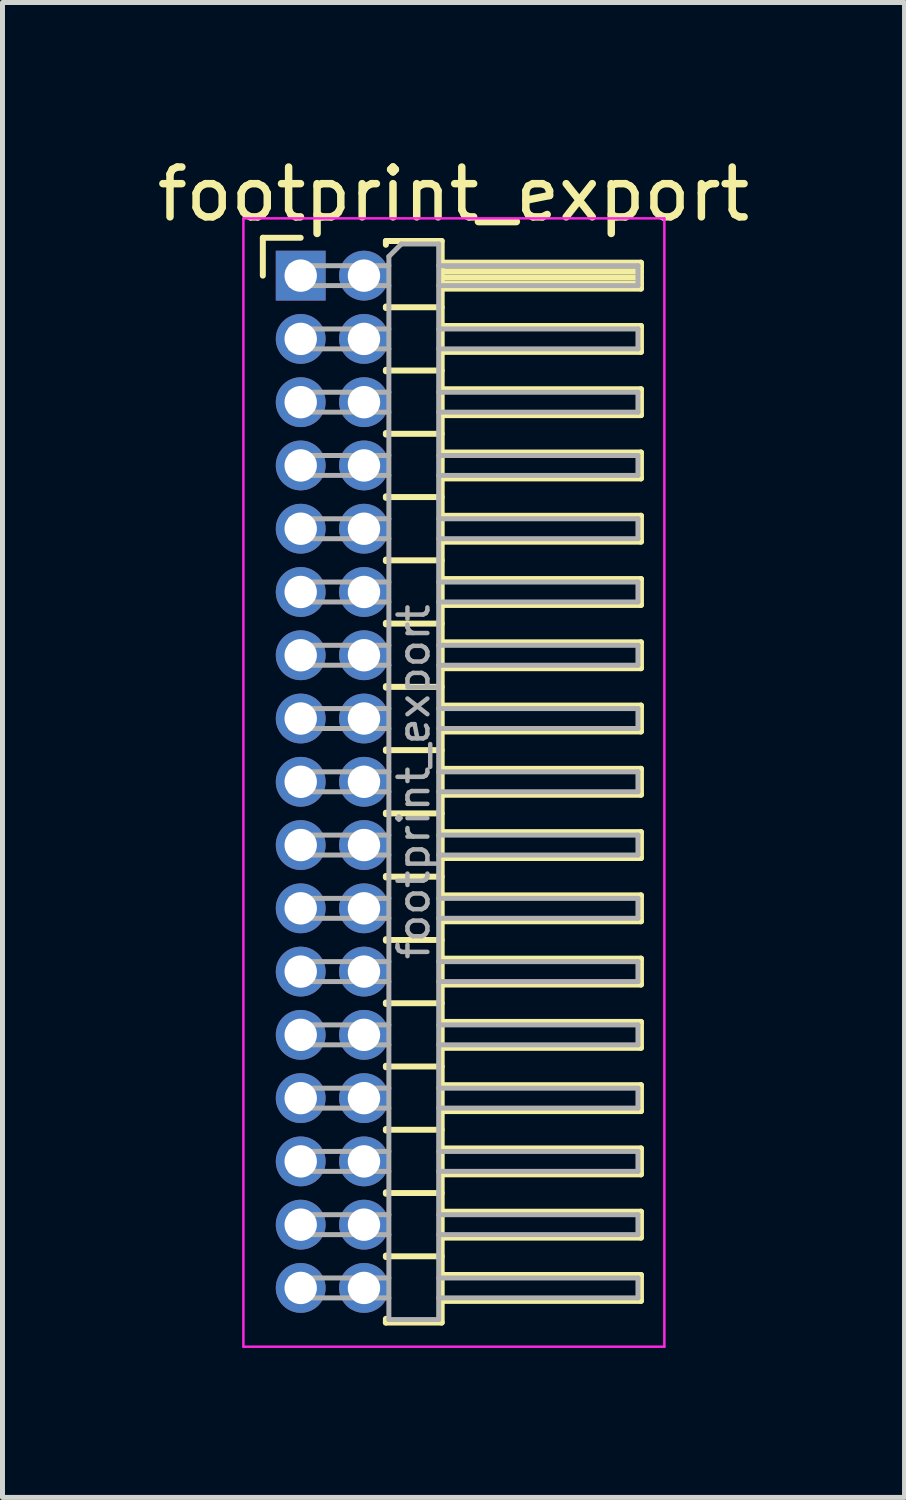
<source format=kicad_pcb>
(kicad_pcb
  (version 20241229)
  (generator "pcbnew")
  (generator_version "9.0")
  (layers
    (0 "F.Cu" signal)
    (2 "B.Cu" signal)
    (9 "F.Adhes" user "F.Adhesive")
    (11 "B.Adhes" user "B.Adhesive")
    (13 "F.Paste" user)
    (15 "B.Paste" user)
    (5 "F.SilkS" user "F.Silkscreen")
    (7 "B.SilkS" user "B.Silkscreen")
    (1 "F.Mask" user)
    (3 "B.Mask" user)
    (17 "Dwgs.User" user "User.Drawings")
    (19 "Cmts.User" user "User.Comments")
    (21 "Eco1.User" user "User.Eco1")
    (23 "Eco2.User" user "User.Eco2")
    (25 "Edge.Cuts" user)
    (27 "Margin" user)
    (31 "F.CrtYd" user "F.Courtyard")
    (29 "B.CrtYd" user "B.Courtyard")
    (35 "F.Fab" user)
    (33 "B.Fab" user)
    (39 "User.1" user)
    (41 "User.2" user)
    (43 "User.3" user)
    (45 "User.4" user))
  (footprint "footprint_export"
    (layer "F.Cu")
    (at 2.986 2.483)
    (property "Reference" "footprint_export" (at 3.067 -1.635 0) (layer "F.SilkS") (effects (font (size 1 1) (thickness 0.15))))
    (attr through_hole)
    (fp_line (start -0.76 -0.76) (end 0 -0.76) (stroke (width 0.12) (type solid)) (layer "F.SilkS"))
    (fp_line (start -0.76 0) (end -0.76 -0.76) (stroke (width 0.12) (type solid)) (layer "F.SilkS"))
    (fp_line (start 1.71 -0.695) (end 2.83 -0.695) (stroke (width 0.12) (type solid)) (layer "F.SilkS"))
    (fp_line (start 1.71 -0.62) (end 1.71 -0.695) (stroke (width 0.12) (type solid)) (layer "F.SilkS"))
    (fp_line (start 1.71 0.62) (end 1.71 0.65) (stroke (width 0.12) (type solid)) (layer "F.SilkS"))
    (fp_line (start 1.71 0.635) (end 2.83 0.635) (stroke (width 0.12) (type solid)) (layer "F.SilkS"))
    (fp_line (start 1.71 1.89) (end 1.71 1.92) (stroke (width 0.12) (type solid)) (layer "F.SilkS"))
    (fp_line (start 1.71 1.905) (end 2.83 1.905) (stroke (width 0.12) (type solid)) (layer "F.SilkS"))
    (fp_line (start 1.71 3.16) (end 1.71 3.19) (stroke (width 0.12) (type solid)) (layer "F.SilkS"))
    (fp_line (start 1.71 3.175) (end 2.83 3.175) (stroke (width 0.12) (type solid)) (layer "F.SilkS"))
    (fp_line (start 1.71 4.43) (end 1.71 4.46) (stroke (width 0.12) (type solid)) (layer "F.SilkS"))
    (fp_line (start 1.71 4.445) (end 2.83 4.445) (stroke (width 0.12) (type solid)) (layer "F.SilkS"))
    (fp_line (start 1.71 5.7) (end 1.71 5.73) (stroke (width 0.12) (type solid)) (layer "F.SilkS"))
    (fp_line (start 1.71 5.715) (end 2.83 5.715) (stroke (width 0.12) (type solid)) (layer "F.SilkS"))
    (fp_line (start 1.71 6.97) (end 1.71 7) (stroke (width 0.12) (type solid)) (layer "F.SilkS"))
    (fp_line (start 1.71 6.985) (end 2.83 6.985) (stroke (width 0.12) (type solid)) (layer "F.SilkS"))
    (fp_line (start 1.71 8.24) (end 1.71 8.27) (stroke (width 0.12) (type solid)) (layer "F.SilkS"))
    (fp_line (start 1.71 8.255) (end 2.83 8.255) (stroke (width 0.12) (type solid)) (layer "F.SilkS"))
    (fp_line (start 1.71 9.51) (end 1.71 9.54) (stroke (width 0.12) (type solid)) (layer "F.SilkS"))
    (fp_line (start 1.71 9.525) (end 2.83 9.525) (stroke (width 0.12) (type solid)) (layer "F.SilkS"))
    (fp_line (start 1.71 10.78) (end 1.71 10.81) (stroke (width 0.12) (type solid)) (layer "F.SilkS"))
    (fp_line (start 1.71 10.795) (end 2.83 10.795) (stroke (width 0.12) (type solid)) (layer "F.SilkS"))
    (fp_line (start 1.71 12.05) (end 1.71 12.08) (stroke (width 0.12) (type solid)) (layer "F.SilkS"))
    (fp_line (start 1.71 12.065) (end 2.83 12.065) (stroke (width 0.12) (type solid)) (layer "F.SilkS"))
    (fp_line (start 1.71 13.32) (end 1.71 13.35) (stroke (width 0.12) (type solid)) (layer "F.SilkS"))
    (fp_line (start 1.71 13.335) (end 2.83 13.335) (stroke (width 0.12) (type solid)) (layer "F.SilkS"))
    (fp_line (start 1.71 14.59) (end 1.71 14.62) (stroke (width 0.12) (type solid)) (layer "F.SilkS"))
    (fp_line (start 1.71 14.605) (end 2.83 14.605) (stroke (width 0.12) (type solid)) (layer "F.SilkS"))
    (fp_line (start 1.71 15.86) (end 1.71 15.89) (stroke (width 0.12) (type solid)) (layer "F.SilkS"))
    (fp_line (start 1.71 15.875) (end 2.83 15.875) (stroke (width 0.12) (type solid)) (layer "F.SilkS"))
    (fp_line (start 1.71 17.13) (end 1.71 17.16) (stroke (width 0.12) (type solid)) (layer "F.SilkS"))
    (fp_line (start 1.71 17.145) (end 2.83 17.145) (stroke (width 0.12) (type solid)) (layer "F.SilkS"))
    (fp_line (start 1.71 18.4) (end 1.71 18.43) (stroke (width 0.12) (type solid)) (layer "F.SilkS"))
    (fp_line (start 1.71 18.415) (end 2.83 18.415) (stroke (width 0.12) (type solid)) (layer "F.SilkS"))
    (fp_line (start 1.71 19.67) (end 1.71 19.7) (stroke (width 0.12) (type solid)) (layer "F.SilkS"))
    (fp_line (start 1.71 19.685) (end 2.83 19.685) (stroke (width 0.12) (type solid)) (layer "F.SilkS"))
    (fp_line (start 1.71 21.015) (end 1.71 20.94) (stroke (width 0.12) (type solid)) (layer "F.SilkS"))
    (fp_line (start 2.83 -0.695) (end 2.83 21.015) (stroke (width 0.12) (type solid)) (layer "F.SilkS"))
    (fp_line (start 2.83 -0.26) (end 6.83 -0.26) (stroke (width 0.12) (type solid)) (layer "F.SilkS"))
    (fp_line (start 2.83 -0.2) (end 6.83 -0.2) (stroke (width 0.12) (type solid)) (layer "F.SilkS"))
    (fp_line (start 2.83 -0.08) (end 6.83 -0.08) (stroke (width 0.12) (type solid)) (layer "F.SilkS"))
    (fp_line (start 2.83 0.04) (end 6.83 0.04) (stroke (width 0.12) (type solid)) (layer "F.SilkS"))
    (fp_line (start 2.83 0.16) (end 6.83 0.16) (stroke (width 0.12) (type solid)) (layer "F.SilkS"))
    (fp_line (start 2.83 1.01) (end 6.83 1.01) (stroke (width 0.12) (type solid)) (layer "F.SilkS"))
    (fp_line (start 2.83 2.28) (end 6.83 2.28) (stroke (width 0.12) (type solid)) (layer "F.SilkS"))
    (fp_line (start 2.83 3.55) (end 6.83 3.55) (stroke (width 0.12) (type solid)) (layer "F.SilkS"))
    (fp_line (start 2.83 4.82) (end 6.83 4.82) (stroke (width 0.12) (type solid)) (layer "F.SilkS"))
    (fp_line (start 2.83 6.09) (end 6.83 6.09) (stroke (width 0.12) (type solid)) (layer "F.SilkS"))
    (fp_line (start 2.83 7.36) (end 6.83 7.36) (stroke (width 0.12) (type solid)) (layer "F.SilkS"))
    (fp_line (start 2.83 8.63) (end 6.83 8.63) (stroke (width 0.12) (type solid)) (layer "F.SilkS"))
    (fp_line (start 2.83 9.9) (end 6.83 9.9) (stroke (width 0.12) (type solid)) (layer "F.SilkS"))
    (fp_line (start 2.83 11.17) (end 6.83 11.17) (stroke (width 0.12) (type solid)) (layer "F.SilkS"))
    (fp_line (start 2.83 12.44) (end 6.83 12.44) (stroke (width 0.12) (type solid)) (layer "F.SilkS"))
    (fp_line (start 2.83 13.71) (end 6.83 13.71) (stroke (width 0.12) (type solid)) (layer "F.SilkS"))
    (fp_line (start 2.83 14.98) (end 6.83 14.98) (stroke (width 0.12) (type solid)) (layer "F.SilkS"))
    (fp_line (start 2.83 16.25) (end 6.83 16.25) (stroke (width 0.12) (type solid)) (layer "F.SilkS"))
    (fp_line (start 2.83 17.52) (end 6.83 17.52) (stroke (width 0.12) (type solid)) (layer "F.SilkS"))
    (fp_line (start 2.83 18.79) (end 6.83 18.79) (stroke (width 0.12) (type solid)) (layer "F.SilkS"))
    (fp_line (start 2.83 20.06) (end 6.83 20.06) (stroke (width 0.12) (type solid)) (layer "F.SilkS"))
    (fp_line (start 2.83 21.015) (end 1.71 21.015) (stroke (width 0.12) (type solid)) (layer "F.SilkS"))
    (fp_line (start 6.83 -0.26) (end 6.83 0.26) (stroke (width 0.12) (type solid)) (layer "F.SilkS"))
    (fp_line (start 6.83 0.26) (end 2.83 0.26) (stroke (width 0.12) (type solid)) (layer "F.SilkS"))
    (fp_line (start 6.83 1.01) (end 6.83 1.53) (stroke (width 0.12) (type solid)) (layer "F.SilkS"))
    (fp_line (start 6.83 1.53) (end 2.83 1.53) (stroke (width 0.12) (type solid)) (layer "F.SilkS"))
    (fp_line (start 6.83 2.28) (end 6.83 2.8) (stroke (width 0.12) (type solid)) (layer "F.SilkS"))
    (fp_line (start 6.83 2.8) (end 2.83 2.8) (stroke (width 0.12) (type solid)) (layer "F.SilkS"))
    (fp_line (start 6.83 3.55) (end 6.83 4.07) (stroke (width 0.12) (type solid)) (layer "F.SilkS"))
    (fp_line (start 6.83 4.07) (end 2.83 4.07) (stroke (width 0.12) (type solid)) (layer "F.SilkS"))
    (fp_line (start 6.83 4.82) (end 6.83 5.34) (stroke (width 0.12) (type solid)) (layer "F.SilkS"))
    (fp_line (start 6.83 5.34) (end 2.83 5.34) (stroke (width 0.12) (type solid)) (layer "F.SilkS"))
    (fp_line (start 6.83 6.09) (end 6.83 6.61) (stroke (width 0.12) (type solid)) (layer "F.SilkS"))
    (fp_line (start 6.83 6.61) (end 2.83 6.61) (stroke (width 0.12) (type solid)) (layer "F.SilkS"))
    (fp_line (start 6.83 7.36) (end 6.83 7.88) (stroke (width 0.12) (type solid)) (layer "F.SilkS"))
    (fp_line (start 6.83 7.88) (end 2.83 7.88) (stroke (width 0.12) (type solid)) (layer "F.SilkS"))
    (fp_line (start 6.83 8.63) (end 6.83 9.15) (stroke (width 0.12) (type solid)) (layer "F.SilkS"))
    (fp_line (start 6.83 9.15) (end 2.83 9.15) (stroke (width 0.12) (type solid)) (layer "F.SilkS"))
    (fp_line (start 6.83 9.9) (end 6.83 10.42) (stroke (width 0.12) (type solid)) (layer "F.SilkS"))
    (fp_line (start 6.83 10.42) (end 2.83 10.42) (stroke (width 0.12) (type solid)) (layer "F.SilkS"))
    (fp_line (start 6.83 11.17) (end 6.83 11.69) (stroke (width 0.12) (type solid)) (layer "F.SilkS"))
    (fp_line (start 6.83 11.69) (end 2.83 11.69) (stroke (width 0.12) (type solid)) (layer "F.SilkS"))
    (fp_line (start 6.83 12.44) (end 6.83 12.96) (stroke (width 0.12) (type solid)) (layer "F.SilkS"))
    (fp_line (start 6.83 12.96) (end 2.83 12.96) (stroke (width 0.12) (type solid)) (layer "F.SilkS"))
    (fp_line (start 6.83 13.71) (end 6.83 14.23) (stroke (width 0.12) (type solid)) (layer "F.SilkS"))
    (fp_line (start 6.83 14.23) (end 2.83 14.23) (stroke (width 0.12) (type solid)) (layer "F.SilkS"))
    (fp_line (start 6.83 14.98) (end 6.83 15.5) (stroke (width 0.12) (type solid)) (layer "F.SilkS"))
    (fp_line (start 6.83 15.5) (end 2.83 15.5) (stroke (width 0.12) (type solid)) (layer "F.SilkS"))
    (fp_line (start 6.83 16.25) (end 6.83 16.77) (stroke (width 0.12) (type solid)) (layer "F.SilkS"))
    (fp_line (start 6.83 16.77) (end 2.83 16.77) (stroke (width 0.12) (type solid)) (layer "F.SilkS"))
    (fp_line (start 6.83 17.52) (end 6.83 18.04) (stroke (width 0.12) (type solid)) (layer "F.SilkS"))
    (fp_line (start 6.83 18.04) (end 2.83 18.04) (stroke (width 0.12) (type solid)) (layer "F.SilkS"))
    (fp_line (start 6.83 18.79) (end 6.83 19.31) (stroke (width 0.12) (type solid)) (layer "F.SilkS"))
    (fp_line (start 6.83 19.31) (end 2.83 19.31) (stroke (width 0.12) (type solid)) (layer "F.SilkS"))
    (fp_line (start 6.83 20.06) (end 6.83 20.58) (stroke (width 0.12) (type solid)) (layer "F.SilkS"))
    (fp_line (start 6.83 20.58) (end 2.83 20.58) (stroke (width 0.12) (type solid)) (layer "F.SilkS"))
    (fp_line (start -1.15 -1.15) (end -1.15 21.5) (stroke (width 0.05) (type solid)) (layer "F.CrtYd"))
    (fp_line (start -1.15 21.5) (end 7.3 21.5) (stroke (width 0.05) (type solid)) (layer "F.CrtYd"))
    (fp_line (start 7.3 -1.15) (end -1.15 -1.15) (stroke (width 0.05) (type solid)) (layer "F.CrtYd"))
    (fp_line (start 7.3 21.5) (end 7.3 -1.15) (stroke (width 0.05) (type solid)) (layer "F.CrtYd"))
    (fp_line (start -0.2 -0.2) (end -0.2 0.2) (stroke (width 0.1) (type solid)) (layer "F.Fab"))
    (fp_line (start -0.2 -0.2) (end 1.77 -0.2) (stroke (width 0.1) (type solid)) (layer "F.Fab"))
    (fp_line (start -0.2 0.2) (end 1.77 0.2) (stroke (width 0.1) (type solid)) (layer "F.Fab"))
    (fp_line (start -0.2 1.07) (end -0.2 1.47) (stroke (width 0.1) (type solid)) (layer "F.Fab"))
    (fp_line (start -0.2 1.07) (end 1.77 1.07) (stroke (width 0.1) (type solid)) (layer "F.Fab"))
    (fp_line (start -0.2 1.47) (end 1.77 1.47) (stroke (width 0.1) (type solid)) (layer "F.Fab"))
    (fp_line (start -0.2 2.34) (end -0.2 2.74) (stroke (width 0.1) (type solid)) (layer "F.Fab"))
    (fp_line (start -0.2 2.34) (end 1.77 2.34) (stroke (width 0.1) (type solid)) (layer "F.Fab"))
    (fp_line (start -0.2 2.74) (end 1.77 2.74) (stroke (width 0.1) (type solid)) (layer "F.Fab"))
    (fp_line (start -0.2 3.61) (end -0.2 4.01) (stroke (width 0.1) (type solid)) (layer "F.Fab"))
    (fp_line (start -0.2 3.61) (end 1.77 3.61) (stroke (width 0.1) (type solid)) (layer "F.Fab"))
    (fp_line (start -0.2 4.01) (end 1.77 4.01) (stroke (width 0.1) (type solid)) (layer "F.Fab"))
    (fp_line (start -0.2 4.88) (end -0.2 5.28) (stroke (width 0.1) (type solid)) (layer "F.Fab"))
    (fp_line (start -0.2 4.88) (end 1.77 4.88) (stroke (width 0.1) (type solid)) (layer "F.Fab"))
    (fp_line (start -0.2 5.28) (end 1.77 5.28) (stroke (width 0.1) (type solid)) (layer "F.Fab"))
    (fp_line (start -0.2 6.15) (end -0.2 6.55) (stroke (width 0.1) (type solid)) (layer "F.Fab"))
    (fp_line (start -0.2 6.15) (end 1.77 6.15) (stroke (width 0.1) (type solid)) (layer "F.Fab"))
    (fp_line (start -0.2 6.55) (end 1.77 6.55) (stroke (width 0.1) (type solid)) (layer "F.Fab"))
    (fp_line (start -0.2 7.42) (end -0.2 7.82) (stroke (width 0.1) (type solid)) (layer "F.Fab"))
    (fp_line (start -0.2 7.42) (end 1.77 7.42) (stroke (width 0.1) (type solid)) (layer "F.Fab"))
    (fp_line (start -0.2 7.82) (end 1.77 7.82) (stroke (width 0.1) (type solid)) (layer "F.Fab"))
    (fp_line (start -0.2 8.69) (end -0.2 9.09) (stroke (width 0.1) (type solid)) (layer "F.Fab"))
    (fp_line (start -0.2 8.69) (end 1.77 8.69) (stroke (width 0.1) (type solid)) (layer "F.Fab"))
    (fp_line (start -0.2 9.09) (end 1.77 9.09) (stroke (width 0.1) (type solid)) (layer "F.Fab"))
    (fp_line (start -0.2 9.96) (end -0.2 10.36) (stroke (width 0.1) (type solid)) (layer "F.Fab"))
    (fp_line (start -0.2 9.96) (end 1.77 9.96) (stroke (width 0.1) (type solid)) (layer "F.Fab"))
    (fp_line (start -0.2 10.36) (end 1.77 10.36) (stroke (width 0.1) (type solid)) (layer "F.Fab"))
    (fp_line (start -0.2 11.23) (end -0.2 11.63) (stroke (width 0.1) (type solid)) (layer "F.Fab"))
    (fp_line (start -0.2 11.23) (end 1.77 11.23) (stroke (width 0.1) (type solid)) (layer "F.Fab"))
    (fp_line (start -0.2 11.63) (end 1.77 11.63) (stroke (width 0.1) (type solid)) (layer "F.Fab"))
    (fp_line (start -0.2 12.5) (end -0.2 12.9) (stroke (width 0.1) (type solid)) (layer "F.Fab"))
    (fp_line (start -0.2 12.5) (end 1.77 12.5) (stroke (width 0.1) (type solid)) (layer "F.Fab"))
    (fp_line (start -0.2 12.9) (end 1.77 12.9) (stroke (width 0.1) (type solid)) (layer "F.Fab"))
    (fp_line (start -0.2 13.77) (end -0.2 14.17) (stroke (width 0.1) (type solid)) (layer "F.Fab"))
    (fp_line (start -0.2 13.77) (end 1.77 13.77) (stroke (width 0.1) (type solid)) (layer "F.Fab"))
    (fp_line (start -0.2 14.17) (end 1.77 14.17) (stroke (width 0.1) (type solid)) (layer "F.Fab"))
    (fp_line (start -0.2 15.04) (end -0.2 15.44) (stroke (width 0.1) (type solid)) (layer "F.Fab"))
    (fp_line (start -0.2 15.04) (end 1.77 15.04) (stroke (width 0.1) (type solid)) (layer "F.Fab"))
    (fp_line (start -0.2 15.44) (end 1.77 15.44) (stroke (width 0.1) (type solid)) (layer "F.Fab"))
    (fp_line (start -0.2 16.31) (end -0.2 16.71) (stroke (width 0.1) (type solid)) (layer "F.Fab"))
    (fp_line (start -0.2 16.31) (end 1.77 16.31) (stroke (width 0.1) (type solid)) (layer "F.Fab"))
    (fp_line (start -0.2 16.71) (end 1.77 16.71) (stroke (width 0.1) (type solid)) (layer "F.Fab"))
    (fp_line (start -0.2 17.58) (end -0.2 17.98) (stroke (width 0.1) (type solid)) (layer "F.Fab"))
    (fp_line (start -0.2 17.58) (end 1.77 17.58) (stroke (width 0.1) (type solid)) (layer "F.Fab"))
    (fp_line (start -0.2 17.98) (end 1.77 17.98) (stroke (width 0.1) (type solid)) (layer "F.Fab"))
    (fp_line (start -0.2 18.85) (end -0.2 19.25) (stroke (width 0.1) (type solid)) (layer "F.Fab"))
    (fp_line (start -0.2 18.85) (end 1.77 18.85) (stroke (width 0.1) (type solid)) (layer "F.Fab"))
    (fp_line (start -0.2 19.25) (end 1.77 19.25) (stroke (width 0.1) (type solid)) (layer "F.Fab"))
    (fp_line (start -0.2 20.12) (end -0.2 20.52) (stroke (width 0.1) (type solid)) (layer "F.Fab"))
    (fp_line (start -0.2 20.12) (end 1.77 20.12) (stroke (width 0.1) (type solid)) (layer "F.Fab"))
    (fp_line (start -0.2 20.52) (end 1.77 20.52) (stroke (width 0.1) (type solid)) (layer "F.Fab"))
    (fp_line (start 1.77 -0.385) (end 2.02 -0.635) (stroke (width 0.1) (type solid)) (layer "F.Fab"))
    (fp_line (start 1.77 20.955) (end 1.77 -0.385) (stroke (width 0.1) (type solid)) (layer "F.Fab"))
    (fp_line (start 2.02 -0.635) (end 2.77 -0.635) (stroke (width 0.1) (type solid)) (layer "F.Fab"))
    (fp_line (start 2.77 -0.635) (end 2.77 20.955) (stroke (width 0.1) (type solid)) (layer "F.Fab"))
    (fp_line (start 2.77 -0.2) (end 6.77 -0.2) (stroke (width 0.1) (type solid)) (layer "F.Fab"))
    (fp_line (start 2.77 0.2) (end 6.77 0.2) (stroke (width 0.1) (type solid)) (layer "F.Fab"))
    (fp_line (start 2.77 1.07) (end 6.77 1.07) (stroke (width 0.1) (type solid)) (layer "F.Fab"))
    (fp_line (start 2.77 1.47) (end 6.77 1.47) (stroke (width 0.1) (type solid)) (layer "F.Fab"))
    (fp_line (start 2.77 2.34) (end 6.77 2.34) (stroke (width 0.1) (type solid)) (layer "F.Fab"))
    (fp_line (start 2.77 2.74) (end 6.77 2.74) (stroke (width 0.1) (type solid)) (layer "F.Fab"))
    (fp_line (start 2.77 3.61) (end 6.77 3.61) (stroke (width 0.1) (type solid)) (layer "F.Fab"))
    (fp_line (start 2.77 4.01) (end 6.77 4.01) (stroke (width 0.1) (type solid)) (layer "F.Fab"))
    (fp_line (start 2.77 4.88) (end 6.77 4.88) (stroke (width 0.1) (type solid)) (layer "F.Fab"))
    (fp_line (start 2.77 5.28) (end 6.77 5.28) (stroke (width 0.1) (type solid)) (layer "F.Fab"))
    (fp_line (start 2.77 6.15) (end 6.77 6.15) (stroke (width 0.1) (type solid)) (layer "F.Fab"))
    (fp_line (start 2.77 6.55) (end 6.77 6.55) (stroke (width 0.1) (type solid)) (layer "F.Fab"))
    (fp_line (start 2.77 7.42) (end 6.77 7.42) (stroke (width 0.1) (type solid)) (layer "F.Fab"))
    (fp_line (start 2.77 7.82) (end 6.77 7.82) (stroke (width 0.1) (type solid)) (layer "F.Fab"))
    (fp_line (start 2.77 8.69) (end 6.77 8.69) (stroke (width 0.1) (type solid)) (layer "F.Fab"))
    (fp_line (start 2.77 9.09) (end 6.77 9.09) (stroke (width 0.1) (type solid)) (layer "F.Fab"))
    (fp_line (start 2.77 9.96) (end 6.77 9.96) (stroke (width 0.1) (type solid)) (layer "F.Fab"))
    (fp_line (start 2.77 10.36) (end 6.77 10.36) (stroke (width 0.1) (type solid)) (layer "F.Fab"))
    (fp_line (start 2.77 11.23) (end 6.77 11.23) (stroke (width 0.1) (type solid)) (layer "F.Fab"))
    (fp_line (start 2.77 11.63) (end 6.77 11.63) (stroke (width 0.1) (type solid)) (layer "F.Fab"))
    (fp_line (start 2.77 12.5) (end 6.77 12.5) (stroke (width 0.1) (type solid)) (layer "F.Fab"))
    (fp_line (start 2.77 12.9) (end 6.77 12.9) (stroke (width 0.1) (type solid)) (layer "F.Fab"))
    (fp_line (start 2.77 13.77) (end 6.77 13.77) (stroke (width 0.1) (type solid)) (layer "F.Fab"))
    (fp_line (start 2.77 14.17) (end 6.77 14.17) (stroke (width 0.1) (type solid)) (layer "F.Fab"))
    (fp_line (start 2.77 15.04) (end 6.77 15.04) (stroke (width 0.1) (type solid)) (layer "F.Fab"))
    (fp_line (start 2.77 15.44) (end 6.77 15.44) (stroke (width 0.1) (type solid)) (layer "F.Fab"))
    (fp_line (start 2.77 16.31) (end 6.77 16.31) (stroke (width 0.1) (type solid)) (layer "F.Fab"))
    (fp_line (start 2.77 16.71) (end 6.77 16.71) (stroke (width 0.1) (type solid)) (layer "F.Fab"))
    (fp_line (start 2.77 17.58) (end 6.77 17.58) (stroke (width 0.1) (type solid)) (layer "F.Fab"))
    (fp_line (start 2.77 17.98) (end 6.77 17.98) (stroke (width 0.1) (type solid)) (layer "F.Fab"))
    (fp_line (start 2.77 18.85) (end 6.77 18.85) (stroke (width 0.1) (type solid)) (layer "F.Fab"))
    (fp_line (start 2.77 19.25) (end 6.77 19.25) (stroke (width 0.1) (type solid)) (layer "F.Fab"))
    (fp_line (start 2.77 20.12) (end 6.77 20.12) (stroke (width 0.1) (type solid)) (layer "F.Fab"))
    (fp_line (start 2.77 20.52) (end 6.77 20.52) (stroke (width 0.1) (type solid)) (layer "F.Fab"))
    (fp_line (start 2.77 20.955) (end 1.77 20.955) (stroke (width 0.1) (type solid)) (layer "F.Fab"))
    (fp_line (start 6.77 -0.2) (end 6.77 0.2) (stroke (width 0.1) (type solid)) (layer "F.Fab"))
    (fp_line (start 6.77 1.07) (end 6.77 1.47) (stroke (width 0.1) (type solid)) (layer "F.Fab"))
    (fp_line (start 6.77 2.34) (end 6.77 2.74) (stroke (width 0.1) (type solid)) (layer "F.Fab"))
    (fp_line (start 6.77 3.61) (end 6.77 4.01) (stroke (width 0.1) (type solid)) (layer "F.Fab"))
    (fp_line (start 6.77 4.88) (end 6.77 5.28) (stroke (width 0.1) (type solid)) (layer "F.Fab"))
    (fp_line (start 6.77 6.15) (end 6.77 6.55) (stroke (width 0.1) (type solid)) (layer "F.Fab"))
    (fp_line (start 6.77 7.42) (end 6.77 7.82) (stroke (width 0.1) (type solid)) (layer "F.Fab"))
    (fp_line (start 6.77 8.69) (end 6.77 9.09) (stroke (width 0.1) (type solid)) (layer "F.Fab"))
    (fp_line (start 6.77 9.96) (end 6.77 10.36) (stroke (width 0.1) (type solid)) (layer "F.Fab"))
    (fp_line (start 6.77 11.23) (end 6.77 11.63) (stroke (width 0.1) (type solid)) (layer "F.Fab"))
    (fp_line (start 6.77 12.5) (end 6.77 12.9) (stroke (width 0.1) (type solid)) (layer "F.Fab"))
    (fp_line (start 6.77 13.77) (end 6.77 14.17) (stroke (width 0.1) (type solid)) (layer "F.Fab"))
    (fp_line (start 6.77 15.04) (end 6.77 15.44) (stroke (width 0.1) (type solid)) (layer "F.Fab"))
    (fp_line (start 6.77 16.31) (end 6.77 16.71) (stroke (width 0.1) (type solid)) (layer "F.Fab"))
    (fp_line (start 6.77 17.58) (end 6.77 17.98) (stroke (width 0.1) (type solid)) (layer "F.Fab"))
    (fp_line (start 6.77 18.85) (end 6.77 19.25) (stroke (width 0.1) (type solid)) (layer "F.Fab"))
    (fp_line (start 6.77 20.12) (end 6.77 20.52) (stroke (width 0.1) (type solid)) (layer "F.Fab"))
    (fp_text user "${REFERENCE}" (at 2.27 10.16 90) (layer "F.Fab") (effects (font (size 0.6 0.6) (thickness 0.09))))
    (pad "1" thru_hole rect (at 0 0) (size 1 1) (drill 0.65) (layers "*.Cu" "*.Mask"))
    (pad "2" thru_hole oval (at 1.27 0) (size 1 1) (drill 0.65) (layers "*.Cu" "*.Mask"))
    (pad "3" thru_hole oval (at 0 1.27) (size 1 1) (drill 0.65) (layers "*.Cu" "*.Mask"))
    (pad "4" thru_hole oval (at 1.27 1.27) (size 1 1) (drill 0.65) (layers "*.Cu" "*.Mask"))
    (pad "5" thru_hole oval (at 0 2.54) (size 1 1) (drill 0.65) (layers "*.Cu" "*.Mask"))
    (pad "6" thru_hole oval (at 1.27 2.54) (size 1 1) (drill 0.65) (layers "*.Cu" "*.Mask"))
    (pad "7" thru_hole oval (at 0 3.81) (size 1 1) (drill 0.65) (layers "*.Cu" "*.Mask"))
    (pad "8" thru_hole oval (at 1.27 3.81) (size 1 1) (drill 0.65) (layers "*.Cu" "*.Mask"))
    (pad "9" thru_hole oval (at 0 5.08) (size 1 1) (drill 0.65) (layers "*.Cu" "*.Mask"))
    (pad "10" thru_hole oval (at 1.27 5.08) (size 1 1) (drill 0.65) (layers "*.Cu" "*.Mask"))
    (pad "11" thru_hole oval (at 0 6.35) (size 1 1) (drill 0.65) (layers "*.Cu" "*.Mask"))
    (pad "12" thru_hole oval (at 1.27 6.35) (size 1 1) (drill 0.65) (layers "*.Cu" "*.Mask"))
    (pad "13" thru_hole oval (at 0 7.62) (size 1 1) (drill 0.65) (layers "*.Cu" "*.Mask"))
    (pad "14" thru_hole oval (at 1.27 7.62) (size 1 1) (drill 0.65) (layers "*.Cu" "*.Mask"))
    (pad "15" thru_hole oval (at 0 8.89) (size 1 1) (drill 0.65) (layers "*.Cu" "*.Mask"))
    (pad "16" thru_hole oval (at 1.27 8.89) (size 1 1) (drill 0.65) (layers "*.Cu" "*.Mask"))
    (pad "17" thru_hole oval (at 0 10.16) (size 1 1) (drill 0.65) (layers "*.Cu" "*.Mask"))
    (pad "18" thru_hole oval (at 1.27 10.16) (size 1 1) (drill 0.65) (layers "*.Cu" "*.Mask"))
    (pad "19" thru_hole oval (at 0 11.43) (size 1 1) (drill 0.65) (layers "*.Cu" "*.Mask"))
    (pad "20" thru_hole oval (at 1.27 11.43) (size 1 1) (drill 0.65) (layers "*.Cu" "*.Mask"))
    (pad "21" thru_hole oval (at 0 12.7) (size 1 1) (drill 0.65) (layers "*.Cu" "*.Mask"))
    (pad "22" thru_hole oval (at 1.27 12.7) (size 1 1) (drill 0.65) (layers "*.Cu" "*.Mask"))
    (pad "23" thru_hole oval (at 0 13.97) (size 1 1) (drill 0.65) (layers "*.Cu" "*.Mask"))
    (pad "24" thru_hole oval (at 1.27 13.97) (size 1 1) (drill 0.65) (layers "*.Cu" "*.Mask"))
    (pad "25" thru_hole oval (at 0 15.24) (size 1 1) (drill 0.65) (layers "*.Cu" "*.Mask"))
    (pad "26" thru_hole oval (at 1.27 15.24) (size 1 1) (drill 0.65) (layers "*.Cu" "*.Mask"))
    (pad "27" thru_hole oval (at 0 16.51) (size 1 1) (drill 0.65) (layers "*.Cu" "*.Mask"))
    (pad "28" thru_hole oval (at 1.27 16.51) (size 1 1) (drill 0.65) (layers "*.Cu" "*.Mask"))
    (pad "29" thru_hole oval (at 0 17.78) (size 1 1) (drill 0.65) (layers "*.Cu" "*.Mask"))
    (pad "30" thru_hole oval (at 1.27 17.78) (size 1 1) (drill 0.65) (layers "*.Cu" "*.Mask"))
    (pad "31" thru_hole oval (at 0 19.05) (size 1 1) (drill 0.65) (layers "*.Cu" "*.Mask"))
    (pad "32" thru_hole oval (at 1.27 19.05) (size 1 1) (drill 0.65) (layers "*.Cu" "*.Mask"))
    (pad "33" thru_hole oval (at 0 20.32) (size 1 1) (drill 0.65) (layers "*.Cu" "*.Mask"))
    (pad "34" thru_hole oval (at 1.27 20.32) (size 1 1) (drill 0.65) (layers "*.Cu" "*.Mask")))
  (gr_rect
    (start -3 -3)
    (end 15.107 27.008)
    (stroke (width 0.1) (type default))
    (fill no)
    (layer "Edge.Cuts")))
</source>
